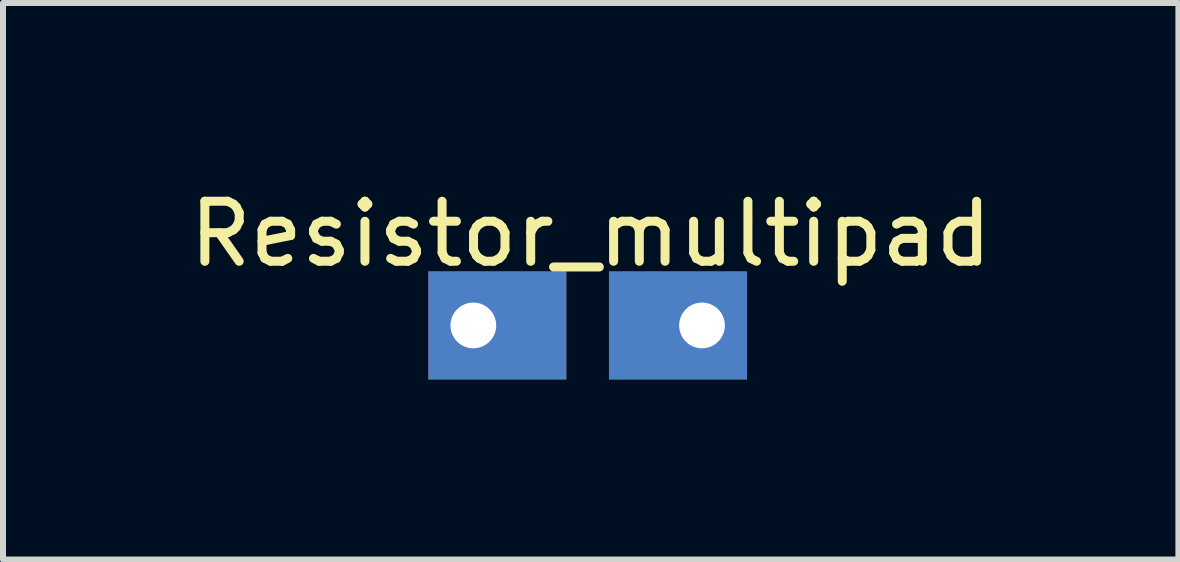
<source format=kicad_pcb>
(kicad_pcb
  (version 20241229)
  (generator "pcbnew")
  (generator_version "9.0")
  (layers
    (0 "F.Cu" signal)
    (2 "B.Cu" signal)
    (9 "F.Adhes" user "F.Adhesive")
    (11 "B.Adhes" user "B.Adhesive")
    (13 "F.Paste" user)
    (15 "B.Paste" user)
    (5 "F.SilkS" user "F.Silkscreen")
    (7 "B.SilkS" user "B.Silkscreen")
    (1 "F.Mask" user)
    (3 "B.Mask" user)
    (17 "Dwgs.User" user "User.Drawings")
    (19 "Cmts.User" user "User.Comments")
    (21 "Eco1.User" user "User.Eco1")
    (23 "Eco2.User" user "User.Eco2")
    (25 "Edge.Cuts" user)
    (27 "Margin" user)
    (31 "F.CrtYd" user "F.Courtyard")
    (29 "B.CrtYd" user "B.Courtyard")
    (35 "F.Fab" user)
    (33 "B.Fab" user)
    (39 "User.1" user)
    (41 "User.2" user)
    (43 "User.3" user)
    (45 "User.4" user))
  (footprint "Resistor_multipad"
    (layer "F.Cu")
    (at 6.741 2.372)
    (property "Reference" "Resistor_multipad" (at 0.051 -1.524 0) (unlocked yes) (layer "F.SilkS") (effects (font (size 1 1) (thickness 0.15))))
    (attr through_hole)
    (pad "1" thru_hole rect (at -1.905 0 180) (size 2.3 1.8) (drill 0.762 (offset -0.4 0)) (layers "*.Cu" "*.Mask"))
    (pad "2" thru_hole rect (at 1.905 0) (size 2.3 1.8) (drill 0.762 (offset -0.4 0)) (layers "*.Cu" "*.Mask")))
  (gr_rect
    (start -3 -3)
    (end 16.583 6.272)
    (stroke (width 0.1) (type default))
    (fill no)
    (layer "Edge.Cuts")))
</source>
